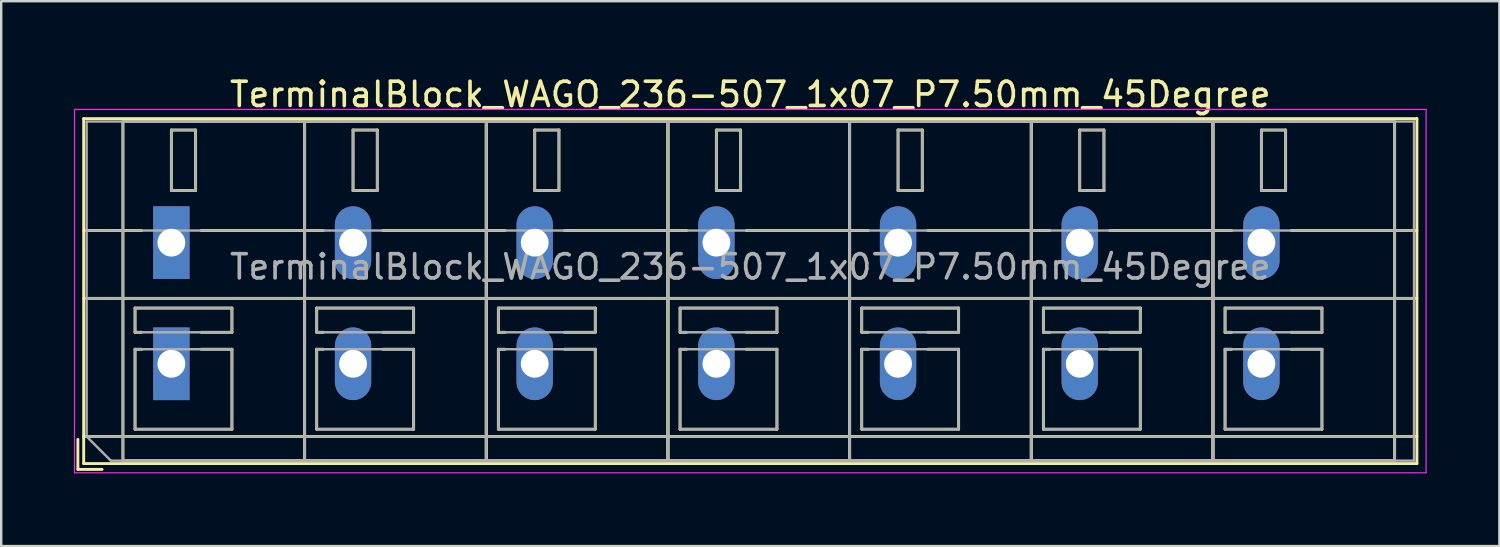
<source format=kicad_pcb>
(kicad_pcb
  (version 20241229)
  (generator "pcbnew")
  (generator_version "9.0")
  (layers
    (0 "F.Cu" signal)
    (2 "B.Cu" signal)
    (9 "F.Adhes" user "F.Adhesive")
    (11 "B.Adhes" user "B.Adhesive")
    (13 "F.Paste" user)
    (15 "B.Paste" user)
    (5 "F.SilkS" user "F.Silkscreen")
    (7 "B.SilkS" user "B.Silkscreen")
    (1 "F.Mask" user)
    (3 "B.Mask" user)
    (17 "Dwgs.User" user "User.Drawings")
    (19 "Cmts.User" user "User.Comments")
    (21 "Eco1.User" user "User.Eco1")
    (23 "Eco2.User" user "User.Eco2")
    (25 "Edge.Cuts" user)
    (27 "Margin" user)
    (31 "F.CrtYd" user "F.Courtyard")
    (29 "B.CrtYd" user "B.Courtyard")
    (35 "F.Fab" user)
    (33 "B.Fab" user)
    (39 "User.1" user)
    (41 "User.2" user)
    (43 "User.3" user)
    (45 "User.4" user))
  (footprint "TerminalBlock_WAGO_236-507_1x07_P7.50mm_45Degree"
    (layer "F.Cu")
    (at 4.025 6.968)
    (property "Reference" "TerminalBlock_WAGO_236-507_1x07_P7.50mm_45Degree" (at 23.9 -6.12 0) (layer "F.SilkS") (effects (font (size 1 1) (thickness 0.15))))
    (attr through_hole)
    (fp_line (start -3.86 8.12) (end -3.86 9.36) (stroke (width 0.12) (type solid)) (layer "F.SilkS"))
    (fp_line (start -3.86 9.36) (end -2.86 9.36) (stroke (width 0.12) (type solid)) (layer "F.SilkS"))
    (fp_line (start -3.62 -5.12) (end -3.62 9.12) (stroke (width 0.12) (type solid)) (layer "F.SilkS"))
    (fp_line (start -3.62 -5.12) (end 51.42 -5.12) (stroke (width 0.12) (type solid)) (layer "F.SilkS"))
    (fp_line (start -3.62 -0.5) (end -1.23 -0.5) (stroke (width 0.12) (type solid)) (layer "F.SilkS"))
    (fp_line (start -3.62 2.3) (end 51.42 2.3) (stroke (width 0.12) (type solid)) (layer "F.SilkS"))
    (fp_line (start -3.62 8) (end 51.42 8) (stroke (width 0.12) (type solid)) (layer "F.SilkS"))
    (fp_line (start -3.62 9.12) (end 51.42 9.12) (stroke (width 0.12) (type solid)) (layer "F.SilkS"))
    (fp_line (start -2 -5) (end -2 9) (stroke (width 0.12) (type solid)) (layer "F.SilkS"))
    (fp_line (start -2 -5) (end 5.5 -5) (stroke (width 0.12) (type solid)) (layer "F.SilkS"))
    (fp_line (start -2 9) (end 5.5 9) (stroke (width 0.12) (type solid)) (layer "F.SilkS"))
    (fp_line (start -1.5 2.7) (end -1.5 3.7) (stroke (width 0.12) (type solid)) (layer "F.SilkS"))
    (fp_line (start -1.5 2.7) (end 2.5 2.7) (stroke (width 0.12) (type solid)) (layer "F.SilkS"))
    (fp_line (start -1.5 3.7) (end -1.23 3.7) (stroke (width 0.12) (type solid)) (layer "F.SilkS"))
    (fp_line (start -1.5 4.4) (end -1.5 7.7) (stroke (width 0.12) (type solid)) (layer "F.SilkS"))
    (fp_line (start -1.5 4.4) (end -1.23 4.4) (stroke (width 0.12) (type solid)) (layer "F.SilkS"))
    (fp_line (start -1.5 7.7) (end 2.5 7.7) (stroke (width 0.12) (type solid)) (layer "F.SilkS"))
    (fp_line (start 0 -4.65) (end 0 -2.151) (stroke (width 0.12) (type solid)) (layer "F.SilkS"))
    (fp_line (start 0 -4.65) (end 1 -4.65) (stroke (width 0.12) (type solid)) (layer "F.SilkS"))
    (fp_line (start 0 -2.151) (end 1 -2.151) (stroke (width 0.12) (type solid)) (layer "F.SilkS"))
    (fp_line (start 1 -4.65) (end 1 -2.151) (stroke (width 0.12) (type solid)) (layer "F.SilkS"))
    (fp_line (start 1.23 -0.5) (end 6.27 -0.5) (stroke (width 0.12) (type solid)) (layer "F.SilkS"))
    (fp_line (start 1.23 3.7) (end 2.5 3.7) (stroke (width 0.12) (type solid)) (layer "F.SilkS"))
    (fp_line (start 1.23 4.4) (end 2.5 4.4) (stroke (width 0.12) (type solid)) (layer "F.SilkS"))
    (fp_line (start 2.5 2.7) (end 2.5 3.7) (stroke (width 0.12) (type solid)) (layer "F.SilkS"))
    (fp_line (start 2.5 4.4) (end 2.5 7.7) (stroke (width 0.12) (type solid)) (layer "F.SilkS"))
    (fp_line (start 5.5 -5) (end 5.5 9) (stroke (width 0.12) (type solid)) (layer "F.SilkS"))
    (fp_line (start 5.5 -5) (end 5.5 9) (stroke (width 0.12) (type solid)) (layer "F.SilkS"))
    (fp_line (start 5.5 -5) (end 13 -5) (stroke (width 0.12) (type solid)) (layer "F.SilkS"))
    (fp_line (start 5.5 9) (end 13 9) (stroke (width 0.12) (type solid)) (layer "F.SilkS"))
    (fp_line (start 6 2.7) (end 6 3.7) (stroke (width 0.12) (type solid)) (layer "F.SilkS"))
    (fp_line (start 6 2.7) (end 10 2.7) (stroke (width 0.12) (type solid)) (layer "F.SilkS"))
    (fp_line (start 6 3.7) (end 6.27 3.7) (stroke (width 0.12) (type solid)) (layer "F.SilkS"))
    (fp_line (start 6 4.4) (end 6 7.7) (stroke (width 0.12) (type solid)) (layer "F.SilkS"))
    (fp_line (start 6 4.4) (end 6.27 4.4) (stroke (width 0.12) (type solid)) (layer "F.SilkS"))
    (fp_line (start 6 7.7) (end 10 7.7) (stroke (width 0.12) (type solid)) (layer "F.SilkS"))
    (fp_line (start 7.5 -4.65) (end 7.5 -2.151) (stroke (width 0.12) (type solid)) (layer "F.SilkS"))
    (fp_line (start 7.5 -4.65) (end 8.5 -4.65) (stroke (width 0.12) (type solid)) (layer "F.SilkS"))
    (fp_line (start 7.5 -2.151) (end 8.5 -2.151) (stroke (width 0.12) (type solid)) (layer "F.SilkS"))
    (fp_line (start 8.5 -4.65) (end 8.5 -2.151) (stroke (width 0.12) (type solid)) (layer "F.SilkS"))
    (fp_line (start 8.73 -0.5) (end 13.77 -0.5) (stroke (width 0.12) (type solid)) (layer "F.SilkS"))
    (fp_line (start 8.73 3.7) (end 10 3.7) (stroke (width 0.12) (type solid)) (layer "F.SilkS"))
    (fp_line (start 8.73 4.4) (end 10 4.4) (stroke (width 0.12) (type solid)) (layer "F.SilkS"))
    (fp_line (start 10 2.7) (end 10 3.7) (stroke (width 0.12) (type solid)) (layer "F.SilkS"))
    (fp_line (start 10 4.4) (end 10 7.7) (stroke (width 0.12) (type solid)) (layer "F.SilkS"))
    (fp_line (start 13 -5) (end 13 9) (stroke (width 0.12) (type solid)) (layer "F.SilkS"))
    (fp_line (start 13 -5) (end 13 9) (stroke (width 0.12) (type solid)) (layer "F.SilkS"))
    (fp_line (start 13 -5) (end 20.5 -5) (stroke (width 0.12) (type solid)) (layer "F.SilkS"))
    (fp_line (start 13 9) (end 20.5 9) (stroke (width 0.12) (type solid)) (layer "F.SilkS"))
    (fp_line (start 13.5 2.7) (end 13.5 3.7) (stroke (width 0.12) (type solid)) (layer "F.SilkS"))
    (fp_line (start 13.5 2.7) (end 17.5 2.7) (stroke (width 0.12) (type solid)) (layer "F.SilkS"))
    (fp_line (start 13.5 3.7) (end 13.77 3.7) (stroke (width 0.12) (type solid)) (layer "F.SilkS"))
    (fp_line (start 13.5 4.4) (end 13.5 7.7) (stroke (width 0.12) (type solid)) (layer "F.SilkS"))
    (fp_line (start 13.5 4.4) (end 13.77 4.4) (stroke (width 0.12) (type solid)) (layer "F.SilkS"))
    (fp_line (start 13.5 7.7) (end 17.5 7.7) (stroke (width 0.12) (type solid)) (layer "F.SilkS"))
    (fp_line (start 15 -4.65) (end 15 -2.151) (stroke (width 0.12) (type solid)) (layer "F.SilkS"))
    (fp_line (start 15 -4.65) (end 16 -4.65) (stroke (width 0.12) (type solid)) (layer "F.SilkS"))
    (fp_line (start 15 -2.151) (end 16 -2.151) (stroke (width 0.12) (type solid)) (layer "F.SilkS"))
    (fp_line (start 16 -4.65) (end 16 -2.151) (stroke (width 0.12) (type solid)) (layer "F.SilkS"))
    (fp_line (start 16.23 -0.5) (end 21.27 -0.5) (stroke (width 0.12) (type solid)) (layer "F.SilkS"))
    (fp_line (start 16.23 3.7) (end 17.5 3.7) (stroke (width 0.12) (type solid)) (layer "F.SilkS"))
    (fp_line (start 16.23 4.4) (end 17.5 4.4) (stroke (width 0.12) (type solid)) (layer "F.SilkS"))
    (fp_line (start 17.5 2.7) (end 17.5 3.7) (stroke (width 0.12) (type solid)) (layer "F.SilkS"))
    (fp_line (start 17.5 4.4) (end 17.5 7.7) (stroke (width 0.12) (type solid)) (layer "F.SilkS"))
    (fp_line (start 20.5 -5) (end 20.5 9) (stroke (width 0.12) (type solid)) (layer "F.SilkS"))
    (fp_line (start 20.5 -5) (end 20.5 9) (stroke (width 0.12) (type solid)) (layer "F.SilkS"))
    (fp_line (start 20.5 -5) (end 28 -5) (stroke (width 0.12) (type solid)) (layer "F.SilkS"))
    (fp_line (start 20.5 9) (end 28 9) (stroke (width 0.12) (type solid)) (layer "F.SilkS"))
    (fp_line (start 21 2.7) (end 21 3.7) (stroke (width 0.12) (type solid)) (layer "F.SilkS"))
    (fp_line (start 21 2.7) (end 25 2.7) (stroke (width 0.12) (type solid)) (layer "F.SilkS"))
    (fp_line (start 21 3.7) (end 21.27 3.7) (stroke (width 0.12) (type solid)) (layer "F.SilkS"))
    (fp_line (start 21 4.4) (end 21 7.7) (stroke (width 0.12) (type solid)) (layer "F.SilkS"))
    (fp_line (start 21 4.4) (end 21.27 4.4) (stroke (width 0.12) (type solid)) (layer "F.SilkS"))
    (fp_line (start 21 7.7) (end 25 7.7) (stroke (width 0.12) (type solid)) (layer "F.SilkS"))
    (fp_line (start 22.5 -4.65) (end 22.5 -2.151) (stroke (width 0.12) (type solid)) (layer "F.SilkS"))
    (fp_line (start 22.5 -4.65) (end 23.5 -4.65) (stroke (width 0.12) (type solid)) (layer "F.SilkS"))
    (fp_line (start 22.5 -2.151) (end 23.5 -2.151) (stroke (width 0.12) (type solid)) (layer "F.SilkS"))
    (fp_line (start 23.5 -4.65) (end 23.5 -2.151) (stroke (width 0.12) (type solid)) (layer "F.SilkS"))
    (fp_line (start 23.73 -0.5) (end 28.77 -0.5) (stroke (width 0.12) (type solid)) (layer "F.SilkS"))
    (fp_line (start 23.73 3.7) (end 25 3.7) (stroke (width 0.12) (type solid)) (layer "F.SilkS"))
    (fp_line (start 23.73 4.4) (end 25 4.4) (stroke (width 0.12) (type solid)) (layer "F.SilkS"))
    (fp_line (start 25 2.7) (end 25 3.7) (stroke (width 0.12) (type solid)) (layer "F.SilkS"))
    (fp_line (start 25 4.4) (end 25 7.7) (stroke (width 0.12) (type solid)) (layer "F.SilkS"))
    (fp_line (start 28 -5) (end 28 9) (stroke (width 0.12) (type solid)) (layer "F.SilkS"))
    (fp_line (start 28 -5) (end 28 9) (stroke (width 0.12) (type solid)) (layer "F.SilkS"))
    (fp_line (start 28 -5) (end 35.5 -5) (stroke (width 0.12) (type solid)) (layer "F.SilkS"))
    (fp_line (start 28 9) (end 35.5 9) (stroke (width 0.12) (type solid)) (layer "F.SilkS"))
    (fp_line (start 28.5 2.7) (end 28.5 3.7) (stroke (width 0.12) (type solid)) (layer "F.SilkS"))
    (fp_line (start 28.5 2.7) (end 32.5 2.7) (stroke (width 0.12) (type solid)) (layer "F.SilkS"))
    (fp_line (start 28.5 3.7) (end 28.77 3.7) (stroke (width 0.12) (type solid)) (layer "F.SilkS"))
    (fp_line (start 28.5 4.4) (end 28.5 7.7) (stroke (width 0.12) (type solid)) (layer "F.SilkS"))
    (fp_line (start 28.5 4.4) (end 28.77 4.4) (stroke (width 0.12) (type solid)) (layer "F.SilkS"))
    (fp_line (start 28.5 7.7) (end 32.5 7.7) (stroke (width 0.12) (type solid)) (layer "F.SilkS"))
    (fp_line (start 30 -4.65) (end 30 -2.151) (stroke (width 0.12) (type solid)) (layer "F.SilkS"))
    (fp_line (start 30 -4.65) (end 31 -4.65) (stroke (width 0.12) (type solid)) (layer "F.SilkS"))
    (fp_line (start 30 -2.151) (end 31 -2.151) (stroke (width 0.12) (type solid)) (layer "F.SilkS"))
    (fp_line (start 31 -4.65) (end 31 -2.151) (stroke (width 0.12) (type solid)) (layer "F.SilkS"))
    (fp_line (start 31.23 -0.5) (end 36.27 -0.5) (stroke (width 0.12) (type solid)) (layer "F.SilkS"))
    (fp_line (start 31.23 3.7) (end 32.5 3.7) (stroke (width 0.12) (type solid)) (layer "F.SilkS"))
    (fp_line (start 31.23 4.4) (end 32.5 4.4) (stroke (width 0.12) (type solid)) (layer "F.SilkS"))
    (fp_line (start 32.5 2.7) (end 32.5 3.7) (stroke (width 0.12) (type solid)) (layer "F.SilkS"))
    (fp_line (start 32.5 4.4) (end 32.5 7.7) (stroke (width 0.12) (type solid)) (layer "F.SilkS"))
    (fp_line (start 35.5 -5) (end 35.5 9) (stroke (width 0.12) (type solid)) (layer "F.SilkS"))
    (fp_line (start 35.5 -5) (end 35.5 9) (stroke (width 0.12) (type solid)) (layer "F.SilkS"))
    (fp_line (start 35.5 -5) (end 43 -5) (stroke (width 0.12) (type solid)) (layer "F.SilkS"))
    (fp_line (start 35.5 9) (end 43 9) (stroke (width 0.12) (type solid)) (layer "F.SilkS"))
    (fp_line (start 36 2.7) (end 36 3.7) (stroke (width 0.12) (type solid)) (layer "F.SilkS"))
    (fp_line (start 36 2.7) (end 40 2.7) (stroke (width 0.12) (type solid)) (layer "F.SilkS"))
    (fp_line (start 36 3.7) (end 36.27 3.7) (stroke (width 0.12) (type solid)) (layer "F.SilkS"))
    (fp_line (start 36 4.4) (end 36 7.7) (stroke (width 0.12) (type solid)) (layer "F.SilkS"))
    (fp_line (start 36 4.4) (end 36.27 4.4) (stroke (width 0.12) (type solid)) (layer "F.SilkS"))
    (fp_line (start 36 7.7) (end 40 7.7) (stroke (width 0.12) (type solid)) (layer "F.SilkS"))
    (fp_line (start 37.5 -4.65) (end 37.5 -2.151) (stroke (width 0.12) (type solid)) (layer "F.SilkS"))
    (fp_line (start 37.5 -4.65) (end 38.5 -4.65) (stroke (width 0.12) (type solid)) (layer "F.SilkS"))
    (fp_line (start 37.5 -2.151) (end 38.5 -2.151) (stroke (width 0.12) (type solid)) (layer "F.SilkS"))
    (fp_line (start 38.5 -4.65) (end 38.5 -2.151) (stroke (width 0.12) (type solid)) (layer "F.SilkS"))
    (fp_line (start 38.73 -0.5) (end 43.77 -0.5) (stroke (width 0.12) (type solid)) (layer "F.SilkS"))
    (fp_line (start 38.73 3.7) (end 40 3.7) (stroke (width 0.12) (type solid)) (layer "F.SilkS"))
    (fp_line (start 38.73 4.4) (end 40 4.4) (stroke (width 0.12) (type solid)) (layer "F.SilkS"))
    (fp_line (start 40 2.7) (end 40 3.7) (stroke (width 0.12) (type solid)) (layer "F.SilkS"))
    (fp_line (start 40 4.4) (end 40 7.7) (stroke (width 0.12) (type solid)) (layer "F.SilkS"))
    (fp_line (start 43 -5) (end 43 9) (stroke (width 0.12) (type solid)) (layer "F.SilkS"))
    (fp_line (start 43 -5) (end 43 9) (stroke (width 0.12) (type solid)) (layer "F.SilkS"))
    (fp_line (start 43 -5) (end 50.5 -5) (stroke (width 0.12) (type solid)) (layer "F.SilkS"))
    (fp_line (start 43 9) (end 50.5 9) (stroke (width 0.12) (type solid)) (layer "F.SilkS"))
    (fp_line (start 43.5 2.7) (end 43.5 3.7) (stroke (width 0.12) (type solid)) (layer "F.SilkS"))
    (fp_line (start 43.5 2.7) (end 47.5 2.7) (stroke (width 0.12) (type solid)) (layer "F.SilkS"))
    (fp_line (start 43.5 3.7) (end 43.77 3.7) (stroke (width 0.12) (type solid)) (layer "F.SilkS"))
    (fp_line (start 43.5 4.4) (end 43.5 7.7) (stroke (width 0.12) (type solid)) (layer "F.SilkS"))
    (fp_line (start 43.5 4.4) (end 43.77 4.4) (stroke (width 0.12) (type solid)) (layer "F.SilkS"))
    (fp_line (start 43.5 7.7) (end 47.5 7.7) (stroke (width 0.12) (type solid)) (layer "F.SilkS"))
    (fp_line (start 45 -4.65) (end 45 -2.151) (stroke (width 0.12) (type solid)) (layer "F.SilkS"))
    (fp_line (start 45 -4.65) (end 46 -4.65) (stroke (width 0.12) (type solid)) (layer "F.SilkS"))
    (fp_line (start 45 -2.151) (end 46 -2.151) (stroke (width 0.12) (type solid)) (layer "F.SilkS"))
    (fp_line (start 46 -4.65) (end 46 -2.151) (stroke (width 0.12) (type solid)) (layer "F.SilkS"))
    (fp_line (start 46.23 -0.5) (end 51.42 -0.5) (stroke (width 0.12) (type solid)) (layer "F.SilkS"))
    (fp_line (start 46.23 3.7) (end 47.5 3.7) (stroke (width 0.12) (type solid)) (layer "F.SilkS"))
    (fp_line (start 46.23 4.4) (end 47.5 4.4) (stroke (width 0.12) (type solid)) (layer "F.SilkS"))
    (fp_line (start 47.5 2.7) (end 47.5 3.7) (stroke (width 0.12) (type solid)) (layer "F.SilkS"))
    (fp_line (start 47.5 4.4) (end 47.5 7.7) (stroke (width 0.12) (type solid)) (layer "F.SilkS"))
    (fp_line (start 50.5 -5) (end 50.5 9) (stroke (width 0.12) (type solid)) (layer "F.SilkS"))
    (fp_line (start 51.42 -5.12) (end 51.42 9.12) (stroke (width 0.12) (type solid)) (layer "F.SilkS"))
    (fp_line (start -4 -5.5) (end -4 9.5) (stroke (width 0.05) (type solid)) (layer "F.CrtYd"))
    (fp_line (start -4 9.5) (end 51.8 9.5) (stroke (width 0.05) (type solid)) (layer "F.CrtYd"))
    (fp_line (start 51.8 -5.5) (end -4 -5.5) (stroke (width 0.05) (type solid)) (layer "F.CrtYd"))
    (fp_line (start 51.8 9.5) (end 51.8 -5.5) (stroke (width 0.05) (type solid)) (layer "F.CrtYd"))
    (fp_line (start -3.5 -5) (end 51.3 -5) (stroke (width 0.1) (type solid)) (layer "F.Fab"))
    (fp_line (start -3.5 -0.5) (end 51.3 -0.5) (stroke (width 0.1) (type solid)) (layer "F.Fab"))
    (fp_line (start -3.5 2.3) (end 51.3 2.3) (stroke (width 0.1) (type solid)) (layer "F.Fab"))
    (fp_line (start -3.5 8) (end -3.5 -5) (stroke (width 0.1) (type solid)) (layer "F.Fab"))
    (fp_line (start -3.5 8) (end 51.3 8) (stroke (width 0.1) (type solid)) (layer "F.Fab"))
    (fp_line (start -2.5 9) (end -3.5 8) (stroke (width 0.1) (type solid)) (layer "F.Fab"))
    (fp_line (start -2 -5) (end -2 9) (stroke (width 0.1) (type solid)) (layer "F.Fab"))
    (fp_line (start -2 9) (end 5.5 9) (stroke (width 0.1) (type solid)) (layer "F.Fab"))
    (fp_line (start -1.5 2.7) (end -1.5 3.7) (stroke (width 0.1) (type solid)) (layer "F.Fab"))
    (fp_line (start -1.5 3.7) (end 2.5 3.7) (stroke (width 0.1) (type solid)) (layer "F.Fab"))
    (fp_line (start -1.5 4.4) (end -1.5 7.7) (stroke (width 0.1) (type solid)) (layer "F.Fab"))
    (fp_line (start -1.5 7.7) (end 2.5 7.7) (stroke (width 0.1) (type solid)) (layer "F.Fab"))
    (fp_line (start 0 -4.65) (end 0 -2.15) (stroke (width 0.1) (type solid)) (layer "F.Fab"))
    (fp_line (start 0 -2.15) (end 1 -2.15) (stroke (width 0.1) (type solid)) (layer "F.Fab"))
    (fp_line (start 1 -4.65) (end 0 -4.65) (stroke (width 0.1) (type solid)) (layer "F.Fab"))
    (fp_line (start 1 -2.15) (end 1 -4.65) (stroke (width 0.1) (type solid)) (layer "F.Fab"))
    (fp_line (start 2.5 2.7) (end -1.5 2.7) (stroke (width 0.1) (type solid)) (layer "F.Fab"))
    (fp_line (start 2.5 3.7) (end 2.5 2.7) (stroke (width 0.1) (type solid)) (layer "F.Fab"))
    (fp_line (start 2.5 4.4) (end -1.5 4.4) (stroke (width 0.1) (type solid)) (layer "F.Fab"))
    (fp_line (start 2.5 7.7) (end 2.5 4.4) (stroke (width 0.1) (type solid)) (layer "F.Fab"))
    (fp_line (start 5.5 -5) (end -2 -5) (stroke (width 0.1) (type solid)) (layer "F.Fab"))
    (fp_line (start 5.5 -5) (end 5.5 9) (stroke (width 0.1) (type solid)) (layer "F.Fab"))
    (fp_line (start 5.5 9) (end 5.5 -5) (stroke (width 0.1) (type solid)) (layer "F.Fab"))
    (fp_line (start 5.5 9) (end 13 9) (stroke (width 0.1) (type solid)) (layer "F.Fab"))
    (fp_line (start 6 2.7) (end 6 3.7) (stroke (width 0.1) (type solid)) (layer "F.Fab"))
    (fp_line (start 6 3.7) (end 10 3.7) (stroke (width 0.1) (type solid)) (layer "F.Fab"))
    (fp_line (start 6 4.4) (end 6 7.7) (stroke (width 0.1) (type solid)) (layer "F.Fab"))
    (fp_line (start 6 7.7) (end 10 7.7) (stroke (width 0.1) (type solid)) (layer "F.Fab"))
    (fp_line (start 7.5 -4.65) (end 7.5 -2.15) (stroke (width 0.1) (type solid)) (layer "F.Fab"))
    (fp_line (start 7.5 -2.15) (end 8.5 -2.15) (stroke (width 0.1) (type solid)) (layer "F.Fab"))
    (fp_line (start 8.5 -4.65) (end 7.5 -4.65) (stroke (width 0.1) (type solid)) (layer "F.Fab"))
    (fp_line (start 8.5 -2.15) (end 8.5 -4.65) (stroke (width 0.1) (type solid)) (layer "F.Fab"))
    (fp_line (start 10 2.7) (end 6 2.7) (stroke (width 0.1) (type solid)) (layer "F.Fab"))
    (fp_line (start 10 3.7) (end 10 2.7) (stroke (width 0.1) (type solid)) (layer "F.Fab"))
    (fp_line (start 10 4.4) (end 6 4.4) (stroke (width 0.1) (type solid)) (layer "F.Fab"))
    (fp_line (start 10 7.7) (end 10 4.4) (stroke (width 0.1) (type solid)) (layer "F.Fab"))
    (fp_line (start 13 -5) (end 5.5 -5) (stroke (width 0.1) (type solid)) (layer "F.Fab"))
    (fp_line (start 13 -5) (end 13 9) (stroke (width 0.1) (type solid)) (layer "F.Fab"))
    (fp_line (start 13 9) (end 13 -5) (stroke (width 0.1) (type solid)) (layer "F.Fab"))
    (fp_line (start 13 9) (end 20.5 9) (stroke (width 0.1) (type solid)) (layer "F.Fab"))
    (fp_line (start 13.5 2.7) (end 13.5 3.7) (stroke (width 0.1) (type solid)) (layer "F.Fab"))
    (fp_line (start 13.5 3.7) (end 17.5 3.7) (stroke (width 0.1) (type solid)) (layer "F.Fab"))
    (fp_line (start 13.5 4.4) (end 13.5 7.7) (stroke (width 0.1) (type solid)) (layer "F.Fab"))
    (fp_line (start 13.5 7.7) (end 17.5 7.7) (stroke (width 0.1) (type solid)) (layer "F.Fab"))
    (fp_line (start 15 -4.65) (end 15 -2.15) (stroke (width 0.1) (type solid)) (layer "F.Fab"))
    (fp_line (start 15 -2.15) (end 16 -2.15) (stroke (width 0.1) (type solid)) (layer "F.Fab"))
    (fp_line (start 16 -4.65) (end 15 -4.65) (stroke (width 0.1) (type solid)) (layer "F.Fab"))
    (fp_line (start 16 -2.15) (end 16 -4.65) (stroke (width 0.1) (type solid)) (layer "F.Fab"))
    (fp_line (start 17.5 2.7) (end 13.5 2.7) (stroke (width 0.1) (type solid)) (layer "F.Fab"))
    (fp_line (start 17.5 3.7) (end 17.5 2.7) (stroke (width 0.1) (type solid)) (layer "F.Fab"))
    (fp_line (start 17.5 4.4) (end 13.5 4.4) (stroke (width 0.1) (type solid)) (layer "F.Fab"))
    (fp_line (start 17.5 7.7) (end 17.5 4.4) (stroke (width 0.1) (type solid)) (layer "F.Fab"))
    (fp_line (start 20.5 -5) (end 13 -5) (stroke (width 0.1) (type solid)) (layer "F.Fab"))
    (fp_line (start 20.5 -5) (end 20.5 9) (stroke (width 0.1) (type solid)) (layer "F.Fab"))
    (fp_line (start 20.5 9) (end 20.5 -5) (stroke (width 0.1) (type solid)) (layer "F.Fab"))
    (fp_line (start 20.5 9) (end 28 9) (stroke (width 0.1) (type solid)) (layer "F.Fab"))
    (fp_line (start 21 2.7) (end 21 3.7) (stroke (width 0.1) (type solid)) (layer "F.Fab"))
    (fp_line (start 21 3.7) (end 25 3.7) (stroke (width 0.1) (type solid)) (layer "F.Fab"))
    (fp_line (start 21 4.4) (end 21 7.7) (stroke (width 0.1) (type solid)) (layer "F.Fab"))
    (fp_line (start 21 7.7) (end 25 7.7) (stroke (width 0.1) (type solid)) (layer "F.Fab"))
    (fp_line (start 22.5 -4.65) (end 22.5 -2.15) (stroke (width 0.1) (type solid)) (layer "F.Fab"))
    (fp_line (start 22.5 -2.15) (end 23.5 -2.15) (stroke (width 0.1) (type solid)) (layer "F.Fab"))
    (fp_line (start 23.5 -4.65) (end 22.5 -4.65) (stroke (width 0.1) (type solid)) (layer "F.Fab"))
    (fp_line (start 23.5 -2.15) (end 23.5 -4.65) (stroke (width 0.1) (type solid)) (layer "F.Fab"))
    (fp_line (start 25 2.7) (end 21 2.7) (stroke (width 0.1) (type solid)) (layer "F.Fab"))
    (fp_line (start 25 3.7) (end 25 2.7) (stroke (width 0.1) (type solid)) (layer "F.Fab"))
    (fp_line (start 25 4.4) (end 21 4.4) (stroke (width 0.1) (type solid)) (layer "F.Fab"))
    (fp_line (start 25 7.7) (end 25 4.4) (stroke (width 0.1) (type solid)) (layer "F.Fab"))
    (fp_line (start 28 -5) (end 20.5 -5) (stroke (width 0.1) (type solid)) (layer "F.Fab"))
    (fp_line (start 28 -5) (end 28 9) (stroke (width 0.1) (type solid)) (layer "F.Fab"))
    (fp_line (start 28 9) (end 28 -5) (stroke (width 0.1) (type solid)) (layer "F.Fab"))
    (fp_line (start 28 9) (end 35.5 9) (stroke (width 0.1) (type solid)) (layer "F.Fab"))
    (fp_line (start 28.5 2.7) (end 28.5 3.7) (stroke (width 0.1) (type solid)) (layer "F.Fab"))
    (fp_line (start 28.5 3.7) (end 32.5 3.7) (stroke (width 0.1) (type solid)) (layer "F.Fab"))
    (fp_line (start 28.5 4.4) (end 28.5 7.7) (stroke (width 0.1) (type solid)) (layer "F.Fab"))
    (fp_line (start 28.5 7.7) (end 32.5 7.7) (stroke (width 0.1) (type solid)) (layer "F.Fab"))
    (fp_line (start 30 -4.65) (end 30 -2.15) (stroke (width 0.1) (type solid)) (layer "F.Fab"))
    (fp_line (start 30 -2.15) (end 31 -2.15) (stroke (width 0.1) (type solid)) (layer "F.Fab"))
    (fp_line (start 31 -4.65) (end 30 -4.65) (stroke (width 0.1) (type solid)) (layer "F.Fab"))
    (fp_line (start 31 -2.15) (end 31 -4.65) (stroke (width 0.1) (type solid)) (layer "F.Fab"))
    (fp_line (start 32.5 2.7) (end 28.5 2.7) (stroke (width 0.1) (type solid)) (layer "F.Fab"))
    (fp_line (start 32.5 3.7) (end 32.5 2.7) (stroke (width 0.1) (type solid)) (layer "F.Fab"))
    (fp_line (start 32.5 4.4) (end 28.5 4.4) (stroke (width 0.1) (type solid)) (layer "F.Fab"))
    (fp_line (start 32.5 7.7) (end 32.5 4.4) (stroke (width 0.1) (type solid)) (layer "F.Fab"))
    (fp_line (start 35.5 -5) (end 28 -5) (stroke (width 0.1) (type solid)) (layer "F.Fab"))
    (fp_line (start 35.5 -5) (end 35.5 9) (stroke (width 0.1) (type solid)) (layer "F.Fab"))
    (fp_line (start 35.5 9) (end 35.5 -5) (stroke (width 0.1) (type solid)) (layer "F.Fab"))
    (fp_line (start 35.5 9) (end 43 9) (stroke (width 0.1) (type solid)) (layer "F.Fab"))
    (fp_line (start 36 2.7) (end 36 3.7) (stroke (width 0.1) (type solid)) (layer "F.Fab"))
    (fp_line (start 36 3.7) (end 40 3.7) (stroke (width 0.1) (type solid)) (layer "F.Fab"))
    (fp_line (start 36 4.4) (end 36 7.7) (stroke (width 0.1) (type solid)) (layer "F.Fab"))
    (fp_line (start 36 7.7) (end 40 7.7) (stroke (width 0.1) (type solid)) (layer "F.Fab"))
    (fp_line (start 37.5 -4.65) (end 37.5 -2.15) (stroke (width 0.1) (type solid)) (layer "F.Fab"))
    (fp_line (start 37.5 -2.15) (end 38.5 -2.15) (stroke (width 0.1) (type solid)) (layer "F.Fab"))
    (fp_line (start 38.5 -4.65) (end 37.5 -4.65) (stroke (width 0.1) (type solid)) (layer "F.Fab"))
    (fp_line (start 38.5 -2.15) (end 38.5 -4.65) (stroke (width 0.1) (type solid)) (layer "F.Fab"))
    (fp_line (start 40 2.7) (end 36 2.7) (stroke (width 0.1) (type solid)) (layer "F.Fab"))
    (fp_line (start 40 3.7) (end 40 2.7) (stroke (width 0.1) (type solid)) (layer "F.Fab"))
    (fp_line (start 40 4.4) (end 36 4.4) (stroke (width 0.1) (type solid)) (layer "F.Fab"))
    (fp_line (start 40 7.7) (end 40 4.4) (stroke (width 0.1) (type solid)) (layer "F.Fab"))
    (fp_line (start 43 -5) (end 35.5 -5) (stroke (width 0.1) (type solid)) (layer "F.Fab"))
    (fp_line (start 43 -5) (end 43 9) (stroke (width 0.1) (type solid)) (layer "F.Fab"))
    (fp_line (start 43 9) (end 43 -5) (stroke (width 0.1) (type solid)) (layer "F.Fab"))
    (fp_line (start 43 9) (end 50.5 9) (stroke (width 0.1) (type solid)) (layer "F.Fab"))
    (fp_line (start 43.5 2.7) (end 43.5 3.7) (stroke (width 0.1) (type solid)) (layer "F.Fab"))
    (fp_line (start 43.5 3.7) (end 47.5 3.7) (stroke (width 0.1) (type solid)) (layer "F.Fab"))
    (fp_line (start 43.5 4.4) (end 43.5 7.7) (stroke (width 0.1) (type solid)) (layer "F.Fab"))
    (fp_line (start 43.5 7.7) (end 47.5 7.7) (stroke (width 0.1) (type solid)) (layer "F.Fab"))
    (fp_line (start 45 -4.65) (end 45 -2.15) (stroke (width 0.1) (type solid)) (layer "F.Fab"))
    (fp_line (start 45 -2.15) (end 46 -2.15) (stroke (width 0.1) (type solid)) (layer "F.Fab"))
    (fp_line (start 46 -4.65) (end 45 -4.65) (stroke (width 0.1) (type solid)) (layer "F.Fab"))
    (fp_line (start 46 -2.15) (end 46 -4.65) (stroke (width 0.1) (type solid)) (layer "F.Fab"))
    (fp_line (start 47.5 2.7) (end 43.5 2.7) (stroke (width 0.1) (type solid)) (layer "F.Fab"))
    (fp_line (start 47.5 3.7) (end 47.5 2.7) (stroke (width 0.1) (type solid)) (layer "F.Fab"))
    (fp_line (start 47.5 4.4) (end 43.5 4.4) (stroke (width 0.1) (type solid)) (layer "F.Fab"))
    (fp_line (start 47.5 7.7) (end 47.5 4.4) (stroke (width 0.1) (type solid)) (layer "F.Fab"))
    (fp_line (start 50.5 -5) (end 43 -5) (stroke (width 0.1) (type solid)) (layer "F.Fab"))
    (fp_line (start 50.5 9) (end 50.5 -5) (stroke (width 0.1) (type solid)) (layer "F.Fab"))
    (fp_line (start 51.3 -5) (end 51.3 9) (stroke (width 0.1) (type solid)) (layer "F.Fab"))
    (fp_line (start 51.3 9) (end -2.5 9) (stroke (width 0.1) (type solid)) (layer "F.Fab"))
    (fp_text user "${REFERENCE}" (at 23.9 1 0) (layer "F.Fab") (effects (font (size 1 1) (thickness 0.15))))
    (pad "1" thru_hole rect (at 0 0) (size 1.5 3) (drill 1.15) (layers "*.Cu" "*.Mask"))
    (pad "1" thru_hole rect (at 0 5) (size 1.5 3) (drill 1.15) (layers "*.Cu" "*.Mask"))
    (pad "2" thru_hole oval (at 7.5 0) (size 1.5 3) (drill 1.15) (layers "*.Cu" "*.Mask"))
    (pad "2" thru_hole oval (at 7.5 5) (size 1.5 3) (drill 1.15) (layers "*.Cu" "*.Mask"))
    (pad "3" thru_hole oval (at 15 0) (size 1.5 3) (drill 1.15) (layers "*.Cu" "*.Mask"))
    (pad "3" thru_hole oval (at 15 5) (size 1.5 3) (drill 1.15) (layers "*.Cu" "*.Mask"))
    (pad "4" thru_hole oval (at 22.5 0) (size 1.5 3) (drill 1.15) (layers "*.Cu" "*.Mask"))
    (pad "4" thru_hole oval (at 22.5 5) (size 1.5 3) (drill 1.15) (layers "*.Cu" "*.Mask"))
    (pad "5" thru_hole oval (at 30 0) (size 1.5 3) (drill 1.15) (layers "*.Cu" "*.Mask"))
    (pad "5" thru_hole oval (at 30 5) (size 1.5 3) (drill 1.15) (layers "*.Cu" "*.Mask"))
    (pad "6" thru_hole oval (at 37.5 0) (size 1.5 3) (drill 1.15) (layers "*.Cu" "*.Mask"))
    (pad "6" thru_hole oval (at 37.5 5) (size 1.5 3) (drill 1.15) (layers "*.Cu" "*.Mask"))
    (pad "7" thru_hole oval (at 45 0) (size 1.5 3) (drill 1.15) (layers "*.Cu" "*.Mask"))
    (pad "7" thru_hole oval (at 45 5) (size 1.5 3) (drill 1.15) (layers "*.Cu" "*.Mask")))
  (gr_rect
    (start -3 -3)
    (end 58.85 19.493)
    (stroke (width 0.1) (type default))
    (fill no)
    (layer "Edge.Cuts")))
</source>
